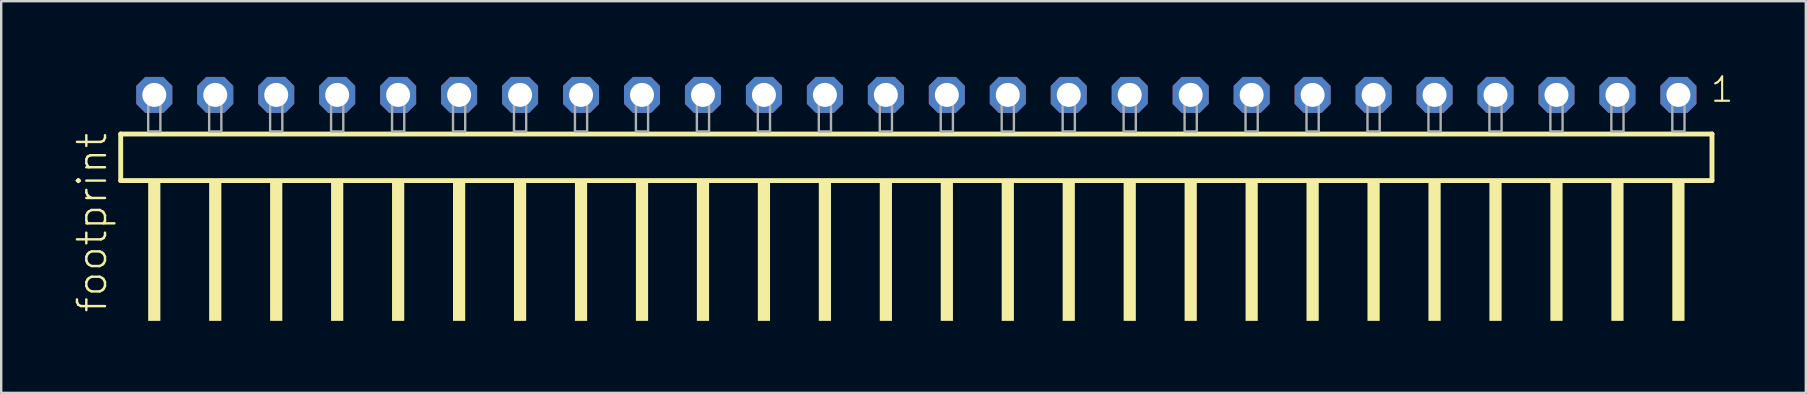
<source format=kicad_pcb>
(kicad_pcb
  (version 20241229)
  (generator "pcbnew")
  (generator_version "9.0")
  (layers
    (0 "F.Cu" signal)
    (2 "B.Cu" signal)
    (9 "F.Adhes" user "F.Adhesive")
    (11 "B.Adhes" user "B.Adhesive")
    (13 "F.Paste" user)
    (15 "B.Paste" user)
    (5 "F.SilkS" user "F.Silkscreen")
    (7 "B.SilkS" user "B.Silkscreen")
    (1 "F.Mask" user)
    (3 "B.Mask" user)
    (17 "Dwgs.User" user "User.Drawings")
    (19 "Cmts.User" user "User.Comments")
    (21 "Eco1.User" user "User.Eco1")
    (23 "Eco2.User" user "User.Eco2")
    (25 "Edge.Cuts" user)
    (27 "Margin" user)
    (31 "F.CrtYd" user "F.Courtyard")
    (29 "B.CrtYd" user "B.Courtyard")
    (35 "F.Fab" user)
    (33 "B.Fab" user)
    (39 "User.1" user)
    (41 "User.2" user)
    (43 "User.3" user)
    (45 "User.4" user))
  (footprint "footprint"
    (layer "F.Cu")
    (at 35.128 2.428)
    (property "Reference" "footprint" (at -33.655 7.62 90) (layer "F.SilkS") (effects (font (size 1.168 1.168) (thickness 0.102)) (justify left bottom)))
    (fp_line (start -33.149 0.106) (end -33.149 2.046) (stroke (width 0.203) (type solid)) (layer "F.SilkS"))
    (fp_line (start -33.149 2.046) (end 33.149 2.046) (stroke (width 0.203) (type solid)) (layer "F.SilkS"))
    (fp_line (start 33.149 0.106) (end -33.149 0.106) (stroke (width 0.203) (type solid)) (layer "F.SilkS"))
    (fp_line (start 33.149 2.046) (end 33.149 0.106) (stroke (width 0.203) (type solid)) (layer "F.SilkS"))
    (fp_poly (pts (xy -32.004 7.89) (xy -31.496 7.89) (xy -31.496 2.04) (xy -32.004 2.04)) (stroke (width 0) (type solid)) (fill yes) (layer "F.SilkS"))
    (fp_poly (pts (xy -29.464 7.89) (xy -28.956 7.89) (xy -28.956 2.04) (xy -29.464 2.04)) (stroke (width 0) (type solid)) (fill yes) (layer "F.SilkS"))
    (fp_poly (pts (xy -26.924 7.89) (xy -26.416 7.89) (xy -26.416 2.04) (xy -26.924 2.04)) (stroke (width 0) (type solid)) (fill yes) (layer "F.SilkS"))
    (fp_poly (pts (xy -24.384 7.89) (xy -23.876 7.89) (xy -23.876 2.04) (xy -24.384 2.04)) (stroke (width 0) (type solid)) (fill yes) (layer "F.SilkS"))
    (fp_poly (pts (xy -21.844 7.89) (xy -21.336 7.89) (xy -21.336 2.04) (xy -21.844 2.04)) (stroke (width 0) (type solid)) (fill yes) (layer "F.SilkS"))
    (fp_poly (pts (xy -19.304 7.89) (xy -18.796 7.89) (xy -18.796 2.04) (xy -19.304 2.04)) (stroke (width 0) (type solid)) (fill yes) (layer "F.SilkS"))
    (fp_poly (pts (xy -16.764 7.89) (xy -16.256 7.89) (xy -16.256 2.04) (xy -16.764 2.04)) (stroke (width 0) (type solid)) (fill yes) (layer "F.SilkS"))
    (fp_poly (pts (xy -14.224 7.89) (xy -13.716 7.89) (xy -13.716 2.04) (xy -14.224 2.04)) (stroke (width 0) (type solid)) (fill yes) (layer "F.SilkS"))
    (fp_poly (pts (xy -11.684 7.89) (xy -11.176 7.89) (xy -11.176 2.04) (xy -11.684 2.04)) (stroke (width 0) (type solid)) (fill yes) (layer "F.SilkS"))
    (fp_poly (pts (xy -9.144 7.89) (xy -8.636 7.89) (xy -8.636 2.04) (xy -9.144 2.04)) (stroke (width 0) (type solid)) (fill yes) (layer "F.SilkS"))
    (fp_poly (pts (xy -6.604 7.89) (xy -6.096 7.89) (xy -6.096 2.04) (xy -6.604 2.04)) (stroke (width 0) (type solid)) (fill yes) (layer "F.SilkS"))
    (fp_poly (pts (xy -4.064 7.89) (xy -3.556 7.89) (xy -3.556 2.04) (xy -4.064 2.04)) (stroke (width 0) (type solid)) (fill yes) (layer "F.SilkS"))
    (fp_poly (pts (xy -1.524 7.89) (xy -1.016 7.89) (xy -1.016 2.04) (xy -1.524 2.04)) (stroke (width 0) (type solid)) (fill yes) (layer "F.SilkS"))
    (fp_poly (pts (xy 1.016 7.89) (xy 1.524 7.89) (xy 1.524 2.04) (xy 1.016 2.04)) (stroke (width 0) (type solid)) (fill yes) (layer "F.SilkS"))
    (fp_poly (pts (xy 3.556 7.89) (xy 4.064 7.89) (xy 4.064 2.04) (xy 3.556 2.04)) (stroke (width 0) (type solid)) (fill yes) (layer "F.SilkS"))
    (fp_poly (pts (xy 6.096 7.89) (xy 6.604 7.89) (xy 6.604 2.04) (xy 6.096 2.04)) (stroke (width 0) (type solid)) (fill yes) (layer "F.SilkS"))
    (fp_poly (pts (xy 8.636 7.89) (xy 9.144 7.89) (xy 9.144 2.04) (xy 8.636 2.04)) (stroke (width 0) (type solid)) (fill yes) (layer "F.SilkS"))
    (fp_poly (pts (xy 11.176 7.89) (xy 11.684 7.89) (xy 11.684 2.04) (xy 11.176 2.04)) (stroke (width 0) (type solid)) (fill yes) (layer "F.SilkS"))
    (fp_poly (pts (xy 13.716 7.89) (xy 14.224 7.89) (xy 14.224 2.04) (xy 13.716 2.04)) (stroke (width 0) (type solid)) (fill yes) (layer "F.SilkS"))
    (fp_poly (pts (xy 16.256 7.89) (xy 16.764 7.89) (xy 16.764 2.04) (xy 16.256 2.04)) (stroke (width 0) (type solid)) (fill yes) (layer "F.SilkS"))
    (fp_poly (pts (xy 18.796 7.89) (xy 19.304 7.89) (xy 19.304 2.04) (xy 18.796 2.04)) (stroke (width 0) (type solid)) (fill yes) (layer "F.SilkS"))
    (fp_poly (pts (xy 21.336 7.89) (xy 21.844 7.89) (xy 21.844 2.04) (xy 21.336 2.04)) (stroke (width 0) (type solid)) (fill yes) (layer "F.SilkS"))
    (fp_poly (pts (xy 23.876 7.89) (xy 24.384 7.89) (xy 24.384 2.04) (xy 23.876 2.04)) (stroke (width 0) (type solid)) (fill yes) (layer "F.SilkS"))
    (fp_poly (pts (xy 26.416 7.89) (xy 26.924 7.89) (xy 26.924 2.04) (xy 26.416 2.04)) (stroke (width 0) (type solid)) (fill yes) (layer "F.SilkS"))
    (fp_poly (pts (xy 28.956 7.89) (xy 29.464 7.89) (xy 29.464 2.04) (xy 28.956 2.04)) (stroke (width 0) (type solid)) (fill yes) (layer "F.SilkS"))
    (fp_poly (pts (xy 31.496 7.89) (xy 32.004 7.89) (xy 32.004 2.04) (xy 31.496 2.04)) (stroke (width 0) (type solid)) (fill yes) (layer "F.SilkS"))
    (fp_poly (pts (xy -32.004 0) (xy -31.496 0) (xy -31.496 -1.778) (xy -32.004 -1.778)) (stroke (width 0.1) (type solid)) (fill no) (layer "F.Fab"))
    (fp_poly (pts (xy -29.464 0) (xy -28.956 0) (xy -28.956 -1.778) (xy -29.464 -1.778)) (stroke (width 0.1) (type solid)) (fill no) (layer "F.Fab"))
    (fp_poly (pts (xy -26.924 0) (xy -26.416 0) (xy -26.416 -1.778) (xy -26.924 -1.778)) (stroke (width 0.1) (type solid)) (fill no) (layer "F.Fab"))
    (fp_poly (pts (xy -24.384 0) (xy -23.876 0) (xy -23.876 -1.778) (xy -24.384 -1.778)) (stroke (width 0.1) (type solid)) (fill no) (layer "F.Fab"))
    (fp_poly (pts (xy -21.844 0) (xy -21.336 0) (xy -21.336 -1.778) (xy -21.844 -1.778)) (stroke (width 0.1) (type solid)) (fill no) (layer "F.Fab"))
    (fp_poly (pts (xy -19.304 0) (xy -18.796 0) (xy -18.796 -1.778) (xy -19.304 -1.778)) (stroke (width 0.1) (type solid)) (fill no) (layer "F.Fab"))
    (fp_poly (pts (xy -16.764 0) (xy -16.256 0) (xy -16.256 -1.778) (xy -16.764 -1.778)) (stroke (width 0.1) (type solid)) (fill no) (layer "F.Fab"))
    (fp_poly (pts (xy -14.224 0) (xy -13.716 0) (xy -13.716 -1.778) (xy -14.224 -1.778)) (stroke (width 0.1) (type solid)) (fill no) (layer "F.Fab"))
    (fp_poly (pts (xy -11.684 0) (xy -11.176 0) (xy -11.176 -1.778) (xy -11.684 -1.778)) (stroke (width 0.1) (type solid)) (fill no) (layer "F.Fab"))
    (fp_poly (pts (xy -9.144 0) (xy -8.636 0) (xy -8.636 -1.778) (xy -9.144 -1.778)) (stroke (width 0.1) (type solid)) (fill no) (layer "F.Fab"))
    (fp_poly (pts (xy -6.604 0) (xy -6.096 0) (xy -6.096 -1.778) (xy -6.604 -1.778)) (stroke (width 0.1) (type solid)) (fill no) (layer "F.Fab"))
    (fp_poly (pts (xy -4.064 0) (xy -3.556 0) (xy -3.556 -1.778) (xy -4.064 -1.778)) (stroke (width 0.1) (type solid)) (fill no) (layer "F.Fab"))
    (fp_poly (pts (xy -1.524 0) (xy -1.016 0) (xy -1.016 -1.778) (xy -1.524 -1.778)) (stroke (width 0.1) (type solid)) (fill no) (layer "F.Fab"))
    (fp_poly (pts (xy 1.016 0) (xy 1.524 0) (xy 1.524 -1.778) (xy 1.016 -1.778)) (stroke (width 0.1) (type solid)) (fill no) (layer "F.Fab"))
    (fp_poly (pts (xy 3.556 0) (xy 4.064 0) (xy 4.064 -1.778) (xy 3.556 -1.778)) (stroke (width 0.1) (type solid)) (fill no) (layer "F.Fab"))
    (fp_poly (pts (xy 6.096 0) (xy 6.604 0) (xy 6.604 -1.778) (xy 6.096 -1.778)) (stroke (width 0.1) (type solid)) (fill no) (layer "F.Fab"))
    (fp_poly (pts (xy 8.636 0) (xy 9.144 0) (xy 9.144 -1.778) (xy 8.636 -1.778)) (stroke (width 0.1) (type solid)) (fill no) (layer "F.Fab"))
    (fp_poly (pts (xy 11.176 0) (xy 11.684 0) (xy 11.684 -1.778) (xy 11.176 -1.778)) (stroke (width 0.1) (type solid)) (fill no) (layer "F.Fab"))
    (fp_poly (pts (xy 13.716 0) (xy 14.224 0) (xy 14.224 -1.778) (xy 13.716 -1.778)) (stroke (width 0.1) (type solid)) (fill no) (layer "F.Fab"))
    (fp_poly (pts (xy 16.256 0) (xy 16.764 0) (xy 16.764 -1.778) (xy 16.256 -1.778)) (stroke (width 0.1) (type solid)) (fill no) (layer "F.Fab"))
    (fp_poly (pts (xy 18.796 0) (xy 19.304 0) (xy 19.304 -1.778) (xy 18.796 -1.778)) (stroke (width 0.1) (type solid)) (fill no) (layer "F.Fab"))
    (fp_poly (pts (xy 21.336 0) (xy 21.844 0) (xy 21.844 -1.778) (xy 21.336 -1.778)) (stroke (width 0.1) (type solid)) (fill no) (layer "F.Fab"))
    (fp_poly (pts (xy 23.876 0) (xy 24.384 0) (xy 24.384 -1.778) (xy 23.876 -1.778)) (stroke (width 0.1) (type solid)) (fill no) (layer "F.Fab"))
    (fp_poly (pts (xy 26.416 0) (xy 26.924 0) (xy 26.924 -1.778) (xy 26.416 -1.778)) (stroke (width 0.1) (type solid)) (fill no) (layer "F.Fab"))
    (fp_poly (pts (xy 28.956 0) (xy 29.464 0) (xy 29.464 -1.778) (xy 28.956 -1.778)) (stroke (width 0.1) (type solid)) (fill no) (layer "F.Fab"))
    (fp_poly (pts (xy 31.496 0) (xy 32.004 0) (xy 32.004 -1.778) (xy 31.496 -1.778)) (stroke (width 0.1) (type solid)) (fill no) (layer "F.Fab"))
    (fp_text user "1" (at 33.032 -1.152 0) (layer "F.SilkS") (effects (font (size 1.012 1.012) (thickness 0.088)) (justify left bottom)))
    (pad "1" thru_hole roundrect (at 31.75 -1.524 180) (size 1.5 1.5) (drill 1) (layers "*.Cu" "*.Mask") (roundrect_rratio 0.25) (chamfer_ratio 0.25) (chamfer top_left top_right bottom_left bottom_right))
    (pad "2" thru_hole roundrect (at 29.21 -1.524 180) (size 1.5 1.5) (drill 1) (layers "*.Cu" "*.Mask") (roundrect_rratio 0.25) (chamfer_ratio 0.25) (chamfer top_left top_right bottom_left bottom_right))
    (pad "3" thru_hole roundrect (at 26.67 -1.524 180) (size 1.5 1.5) (drill 1) (layers "*.Cu" "*.Mask") (roundrect_rratio 0.25) (chamfer_ratio 0.25) (chamfer top_left top_right bottom_left bottom_right))
    (pad "4" thru_hole roundrect (at 24.13 -1.524 180) (size 1.5 1.5) (drill 1) (layers "*.Cu" "*.Mask") (roundrect_rratio 0.25) (chamfer_ratio 0.25) (chamfer top_left top_right bottom_left bottom_right))
    (pad "5" thru_hole roundrect (at 21.59 -1.524 180) (size 1.5 1.5) (drill 1) (layers "*.Cu" "*.Mask") (roundrect_rratio 0.25) (chamfer_ratio 0.25) (chamfer top_left top_right bottom_left bottom_right))
    (pad "6" thru_hole roundrect (at 19.05 -1.524 180) (size 1.5 1.5) (drill 1) (layers "*.Cu" "*.Mask") (roundrect_rratio 0.25) (chamfer_ratio 0.25) (chamfer top_left top_right bottom_left bottom_right))
    (pad "7" thru_hole roundrect (at 16.51 -1.524 180) (size 1.5 1.5) (drill 1) (layers "*.Cu" "*.Mask") (roundrect_rratio 0.25) (chamfer_ratio 0.25) (chamfer top_left top_right bottom_left bottom_right))
    (pad "8" thru_hole roundrect (at 13.97 -1.524 180) (size 1.5 1.5) (drill 1) (layers "*.Cu" "*.Mask") (roundrect_rratio 0.25) (chamfer_ratio 0.25) (chamfer top_left top_right bottom_left bottom_right))
    (pad "9" thru_hole roundrect (at 11.43 -1.524 180) (size 1.5 1.5) (drill 1) (layers "*.Cu" "*.Mask") (roundrect_rratio 0.25) (chamfer_ratio 0.25) (chamfer top_left top_right bottom_left bottom_right))
    (pad "10" thru_hole roundrect (at 8.89 -1.524 180) (size 1.5 1.5) (drill 1) (layers "*.Cu" "*.Mask") (roundrect_rratio 0.25) (chamfer_ratio 0.25) (chamfer top_left top_right bottom_left bottom_right))
    (pad "11" thru_hole roundrect (at 6.35 -1.524 180) (size 1.5 1.5) (drill 1) (layers "*.Cu" "*.Mask") (roundrect_rratio 0.25) (chamfer_ratio 0.25) (chamfer top_left top_right bottom_left bottom_right))
    (pad "12" thru_hole roundrect (at 3.81 -1.524 180) (size 1.5 1.5) (drill 1) (layers "*.Cu" "*.Mask") (roundrect_rratio 0.25) (chamfer_ratio 0.25) (chamfer top_left top_right bottom_left bottom_right))
    (pad "13" thru_hole roundrect (at 1.27 -1.524 180) (size 1.5 1.5) (drill 1) (layers "*.Cu" "*.Mask") (roundrect_rratio 0.25) (chamfer_ratio 0.25) (chamfer top_left top_right bottom_left bottom_right))
    (pad "14" thru_hole roundrect (at -1.27 -1.524 180) (size 1.5 1.5) (drill 1) (layers "*.Cu" "*.Mask") (roundrect_rratio 0.25) (chamfer_ratio 0.25) (chamfer top_left top_right bottom_left bottom_right))
    (pad "15" thru_hole roundrect (at -3.81 -1.524 180) (size 1.5 1.5) (drill 1) (layers "*.Cu" "*.Mask") (roundrect_rratio 0.25) (chamfer_ratio 0.25) (chamfer top_left top_right bottom_left bottom_right))
    (pad "16" thru_hole roundrect (at -6.35 -1.524 180) (size 1.5 1.5) (drill 1) (layers "*.Cu" "*.Mask") (roundrect_rratio 0.25) (chamfer_ratio 0.25) (chamfer top_left top_right bottom_left bottom_right))
    (pad "17" thru_hole roundrect (at -8.89 -1.524 180) (size 1.5 1.5) (drill 1) (layers "*.Cu" "*.Mask") (roundrect_rratio 0.25) (chamfer_ratio 0.25) (chamfer top_left top_right bottom_left bottom_right))
    (pad "18" thru_hole roundrect (at -11.43 -1.524 180) (size 1.5 1.5) (drill 1) (layers "*.Cu" "*.Mask") (roundrect_rratio 0.25) (chamfer_ratio 0.25) (chamfer top_left top_right bottom_left bottom_right))
    (pad "19" thru_hole roundrect (at -13.97 -1.524 180) (size 1.5 1.5) (drill 1) (layers "*.Cu" "*.Mask") (roundrect_rratio 0.25) (chamfer_ratio 0.25) (chamfer top_left top_right bottom_left bottom_right))
    (pad "20" thru_hole roundrect (at -16.51 -1.524 180) (size 1.5 1.5) (drill 1) (layers "*.Cu" "*.Mask") (roundrect_rratio 0.25) (chamfer_ratio 0.25) (chamfer top_left top_right bottom_left bottom_right))
    (pad "21" thru_hole roundrect (at -19.05 -1.524 180) (size 1.5 1.5) (drill 1) (layers "*.Cu" "*.Mask") (roundrect_rratio 0.25) (chamfer_ratio 0.25) (chamfer top_left top_right bottom_left bottom_right))
    (pad "22" thru_hole roundrect (at -21.59 -1.524 180) (size 1.5 1.5) (drill 1) (layers "*.Cu" "*.Mask") (roundrect_rratio 0.25) (chamfer_ratio 0.25) (chamfer top_left top_right bottom_left bottom_right))
    (pad "23" thru_hole roundrect (at -24.13 -1.524 180) (size 1.5 1.5) (drill 1) (layers "*.Cu" "*.Mask") (roundrect_rratio 0.25) (chamfer_ratio 0.25) (chamfer top_left top_right bottom_left bottom_right))
    (pad "24" thru_hole roundrect (at -26.67 -1.524 180) (size 1.5 1.5) (drill 1) (layers "*.Cu" "*.Mask") (roundrect_rratio 0.25) (chamfer_ratio 0.25) (chamfer top_left top_right bottom_left bottom_right))
    (pad "25" thru_hole roundrect (at -29.21 -1.524 180) (size 1.5 1.5) (drill 1) (layers "*.Cu" "*.Mask") (roundrect_rratio 0.25) (chamfer_ratio 0.25) (chamfer top_left top_right bottom_left bottom_right))
    (pad "26" thru_hole roundrect (at -31.75 -1.524 180) (size 1.5 1.5) (drill 1) (layers "*.Cu" "*.Mask") (roundrect_rratio 0.25) (chamfer_ratio 0.25) (chamfer top_left top_right bottom_left bottom_right)))
  (gr_rect
    (start -3 -3)
    (end 72.186 13.318)
    (stroke (width 0.1) (type default))
    (fill no)
    (layer "Edge.Cuts")))
</source>
